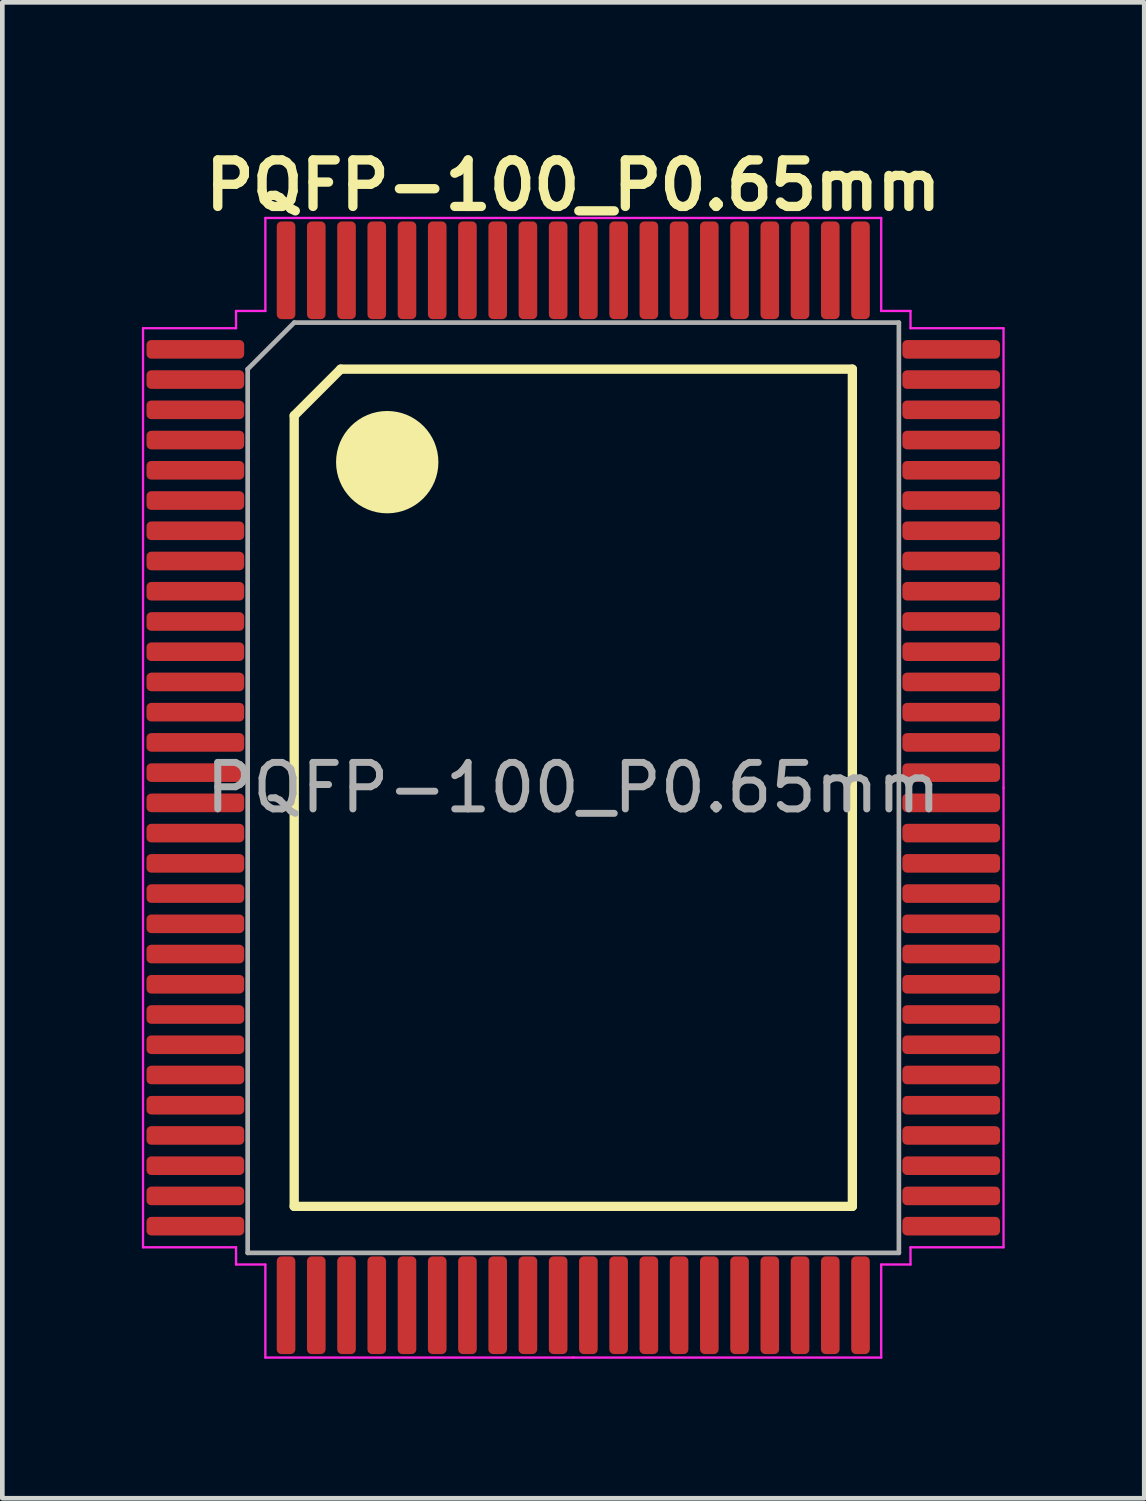
<source format=kicad_pcb>
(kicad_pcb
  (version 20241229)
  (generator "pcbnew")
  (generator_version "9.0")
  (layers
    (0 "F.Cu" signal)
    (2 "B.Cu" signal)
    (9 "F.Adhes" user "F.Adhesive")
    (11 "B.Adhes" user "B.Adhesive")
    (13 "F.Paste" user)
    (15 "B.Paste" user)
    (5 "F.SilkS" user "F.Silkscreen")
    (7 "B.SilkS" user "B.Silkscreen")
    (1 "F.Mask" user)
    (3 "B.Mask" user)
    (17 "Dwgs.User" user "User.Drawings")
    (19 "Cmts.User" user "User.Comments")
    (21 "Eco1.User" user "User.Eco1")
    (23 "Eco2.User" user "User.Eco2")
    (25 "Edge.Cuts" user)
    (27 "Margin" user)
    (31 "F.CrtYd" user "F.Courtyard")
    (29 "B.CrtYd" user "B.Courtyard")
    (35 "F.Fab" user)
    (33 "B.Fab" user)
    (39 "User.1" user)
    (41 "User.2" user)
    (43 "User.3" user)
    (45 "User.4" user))
  (footprint "PQFP-100_P0.65mm"
    (layer "F.Cu")
    (at 9.275 13.886)
    (property "Reference" "PQFP-100_P0.65mm" (at 0 -12.95 0) (layer "F.SilkS") (effects (font (size 1 1) (thickness 0.2) (bold yes))))
    (attr smd)
    (fp_line (start -6 -8) (end -5 -9) (stroke (width 0.2) (type default)) (layer "F.SilkS"))
    (fp_line (start -6 9) (end -6 -8) (stroke (width 0.2) (type default)) (layer "F.SilkS"))
    (fp_line (start -5 -9) (end 6 -9) (stroke (width 0.2) (type default)) (layer "F.SilkS"))
    (fp_line (start 6 -9) (end 6 9) (stroke (width 0.2) (type default)) (layer "F.SilkS"))
    (fp_line (start 6 9) (end -6 9) (stroke (width 0.2) (type default)) (layer "F.SilkS"))
    (fp_circle (center -4 -7) (end -3 -7) (stroke (width 0.2) (type solid)) (fill yes) (layer "F.SilkS"))
    (fp_line (start -9.25 -9.88) (end -9.25 0) (stroke (width 0.05) (type solid)) (layer "F.CrtYd"))
    (fp_line (start -9.25 9.88) (end -9.25 0) (stroke (width 0.05) (type solid)) (layer "F.CrtYd"))
    (fp_line (start -7.25 -10.25) (end -7.25 -9.88) (stroke (width 0.05) (type solid)) (layer "F.CrtYd"))
    (fp_line (start -7.25 -9.88) (end -9.25 -9.88) (stroke (width 0.05) (type solid)) (layer "F.CrtYd"))
    (fp_line (start -7.25 9.88) (end -9.25 9.88) (stroke (width 0.05) (type solid)) (layer "F.CrtYd"))
    (fp_line (start -7.25 10.25) (end -7.25 9.88) (stroke (width 0.05) (type solid)) (layer "F.CrtYd"))
    (fp_line (start -6.62 -12.25) (end -6.62 -10.25) (stroke (width 0.05) (type solid)) (layer "F.CrtYd"))
    (fp_line (start -6.62 -10.25) (end -7.25 -10.25) (stroke (width 0.05) (type solid)) (layer "F.CrtYd"))
    (fp_line (start -6.62 10.25) (end -7.25 10.25) (stroke (width 0.05) (type solid)) (layer "F.CrtYd"))
    (fp_line (start -6.62 12.25) (end -6.62 10.25) (stroke (width 0.05) (type solid)) (layer "F.CrtYd"))
    (fp_line (start 0 -12.25) (end -6.62 -12.25) (stroke (width 0.05) (type solid)) (layer "F.CrtYd"))
    (fp_line (start 0 -12.25) (end 6.62 -12.25) (stroke (width 0.05) (type solid)) (layer "F.CrtYd"))
    (fp_line (start 0 12.25) (end -6.62 12.25) (stroke (width 0.05) (type solid)) (layer "F.CrtYd"))
    (fp_line (start 0 12.25) (end 6.62 12.25) (stroke (width 0.05) (type solid)) (layer "F.CrtYd"))
    (fp_line (start 6.62 -12.25) (end 6.62 -10.25) (stroke (width 0.05) (type solid)) (layer "F.CrtYd"))
    (fp_line (start 6.62 -10.25) (end 7.25 -10.25) (stroke (width 0.05) (type solid)) (layer "F.CrtYd"))
    (fp_line (start 6.62 10.25) (end 7.25 10.25) (stroke (width 0.05) (type solid)) (layer "F.CrtYd"))
    (fp_line (start 6.62 12.25) (end 6.62 10.25) (stroke (width 0.05) (type solid)) (layer "F.CrtYd"))
    (fp_line (start 7.25 -10.25) (end 7.25 -9.88) (stroke (width 0.05) (type solid)) (layer "F.CrtYd"))
    (fp_line (start 7.25 -9.88) (end 9.25 -9.88) (stroke (width 0.05) (type solid)) (layer "F.CrtYd"))
    (fp_line (start 7.25 9.88) (end 9.25 9.88) (stroke (width 0.05) (type solid)) (layer "F.CrtYd"))
    (fp_line (start 7.25 10.25) (end 7.25 9.88) (stroke (width 0.05) (type solid)) (layer "F.CrtYd"))
    (fp_line (start 9.25 -9.88) (end 9.25 0) (stroke (width 0.05) (type solid)) (layer "F.CrtYd"))
    (fp_line (start 9.25 9.88) (end 9.25 0) (stroke (width 0.05) (type solid)) (layer "F.CrtYd"))
    (fp_line (start -7 -9) (end -6 -10) (stroke (width 0.1) (type solid)) (layer "F.Fab"))
    (fp_line (start -7 10) (end -7 -9) (stroke (width 0.1) (type solid)) (layer "F.Fab"))
    (fp_line (start -6 -10) (end 7 -10) (stroke (width 0.1) (type solid)) (layer "F.Fab"))
    (fp_line (start 7 -10) (end 7 10) (stroke (width 0.1) (type solid)) (layer "F.Fab"))
    (fp_line (start 7 10) (end -7 10) (stroke (width 0.1) (type solid)) (layer "F.Fab"))
    (fp_text user "${REFERENCE}" (at 0 0 0) (layer "F.Fab") (effects (font (size 1 1) (thickness 0.15))))
    (pad "1" smd roundrect (at -8.125 -9.425) (size 2.1 0.4) (layers "F.Cu" "F.Mask" "F.Paste") (roundrect_rratio 0.25))
    (pad "2" smd roundrect (at -8.125 -8.775) (size 2.1 0.4) (layers "F.Cu" "F.Mask" "F.Paste") (roundrect_rratio 0.25))
    (pad "3" smd roundrect (at -8.125 -8.125) (size 2.1 0.4) (layers "F.Cu" "F.Mask" "F.Paste") (roundrect_rratio 0.25))
    (pad "4" smd roundrect (at -8.125 -7.475) (size 2.1 0.4) (layers "F.Cu" "F.Mask" "F.Paste") (roundrect_rratio 0.25))
    (pad "5" smd roundrect (at -8.125 -6.825) (size 2.1 0.4) (layers "F.Cu" "F.Mask" "F.Paste") (roundrect_rratio 0.25))
    (pad "6" smd roundrect (at -8.125 -6.175) (size 2.1 0.4) (layers "F.Cu" "F.Mask" "F.Paste") (roundrect_rratio 0.25))
    (pad "7" smd roundrect (at -8.125 -5.525) (size 2.1 0.4) (layers "F.Cu" "F.Mask" "F.Paste") (roundrect_rratio 0.25))
    (pad "8" smd roundrect (at -8.125 -4.875) (size 2.1 0.4) (layers "F.Cu" "F.Mask" "F.Paste") (roundrect_rratio 0.25))
    (pad "9" smd roundrect (at -8.125 -4.225) (size 2.1 0.4) (layers "F.Cu" "F.Mask" "F.Paste") (roundrect_rratio 0.25))
    (pad "10" smd roundrect (at -8.125 -3.575) (size 2.1 0.4) (layers "F.Cu" "F.Mask" "F.Paste") (roundrect_rratio 0.25))
    (pad "11" smd roundrect (at -8.125 -2.925) (size 2.1 0.4) (layers "F.Cu" "F.Mask" "F.Paste") (roundrect_rratio 0.25))
    (pad "12" smd roundrect (at -8.125 -2.275) (size 2.1 0.4) (layers "F.Cu" "F.Mask" "F.Paste") (roundrect_rratio 0.25))
    (pad "13" smd roundrect (at -8.125 -1.625) (size 2.1 0.4) (layers "F.Cu" "F.Mask" "F.Paste") (roundrect_rratio 0.25))
    (pad "14" smd roundrect (at -8.125 -0.975) (size 2.1 0.4) (layers "F.Cu" "F.Mask" "F.Paste") (roundrect_rratio 0.25))
    (pad "15" smd roundrect (at -8.125 -0.325) (size 2.1 0.4) (layers "F.Cu" "F.Mask" "F.Paste") (roundrect_rratio 0.25))
    (pad "16" smd roundrect (at -8.125 0.325) (size 2.1 0.4) (layers "F.Cu" "F.Mask" "F.Paste") (roundrect_rratio 0.25))
    (pad "17" smd roundrect (at -8.125 0.975) (size 2.1 0.4) (layers "F.Cu" "F.Mask" "F.Paste") (roundrect_rratio 0.25))
    (pad "18" smd roundrect (at -8.125 1.625) (size 2.1 0.4) (layers "F.Cu" "F.Mask" "F.Paste") (roundrect_rratio 0.25))
    (pad "19" smd roundrect (at -8.125 2.275) (size 2.1 0.4) (layers "F.Cu" "F.Mask" "F.Paste") (roundrect_rratio 0.25))
    (pad "20" smd roundrect (at -8.125 2.925) (size 2.1 0.4) (layers "F.Cu" "F.Mask" "F.Paste") (roundrect_rratio 0.25))
    (pad "21" smd roundrect (at -8.125 3.575) (size 2.1 0.4) (layers "F.Cu" "F.Mask" "F.Paste") (roundrect_rratio 0.25))
    (pad "22" smd roundrect (at -8.125 4.225) (size 2.1 0.4) (layers "F.Cu" "F.Mask" "F.Paste") (roundrect_rratio 0.25))
    (pad "23" smd roundrect (at -8.125 4.875) (size 2.1 0.4) (layers "F.Cu" "F.Mask" "F.Paste") (roundrect_rratio 0.25))
    (pad "24" smd roundrect (at -8.125 5.525) (size 2.1 0.4) (layers "F.Cu" "F.Mask" "F.Paste") (roundrect_rratio 0.25))
    (pad "25" smd roundrect (at -8.125 6.175) (size 2.1 0.4) (layers "F.Cu" "F.Mask" "F.Paste") (roundrect_rratio 0.25))
    (pad "26" smd roundrect (at -8.125 6.825) (size 2.1 0.4) (layers "F.Cu" "F.Mask" "F.Paste") (roundrect_rratio 0.25))
    (pad "27" smd roundrect (at -8.125 7.475) (size 2.1 0.4) (layers "F.Cu" "F.Mask" "F.Paste") (roundrect_rratio 0.25))
    (pad "28" smd roundrect (at -8.125 8.125) (size 2.1 0.4) (layers "F.Cu" "F.Mask" "F.Paste") (roundrect_rratio 0.25))
    (pad "29" smd roundrect (at -8.125 8.775) (size 2.1 0.4) (layers "F.Cu" "F.Mask" "F.Paste") (roundrect_rratio 0.25))
    (pad "30" smd roundrect (at -8.125 9.425) (size 2.1 0.4) (layers "F.Cu" "F.Mask" "F.Paste") (roundrect_rratio 0.25))
    (pad "31" smd roundrect (at -6.175 11.125) (size 0.4 2.1) (layers "F.Cu" "F.Mask" "F.Paste") (roundrect_rratio 0.25))
    (pad "32" smd roundrect (at -5.525 11.125) (size 0.4 2.1) (layers "F.Cu" "F.Mask" "F.Paste") (roundrect_rratio 0.25))
    (pad "33" smd roundrect (at -4.875 11.125) (size 0.4 2.1) (layers "F.Cu" "F.Mask" "F.Paste") (roundrect_rratio 0.25))
    (pad "34" smd roundrect (at -4.225 11.125) (size 0.4 2.1) (layers "F.Cu" "F.Mask" "F.Paste") (roundrect_rratio 0.25))
    (pad "35" smd roundrect (at -3.575 11.125) (size 0.4 2.1) (layers "F.Cu" "F.Mask" "F.Paste") (roundrect_rratio 0.25))
    (pad "36" smd roundrect (at -2.925 11.125) (size 0.4 2.1) (layers "F.Cu" "F.Mask" "F.Paste") (roundrect_rratio 0.25))
    (pad "37" smd roundrect (at -2.275 11.125) (size 0.4 2.1) (layers "F.Cu" "F.Mask" "F.Paste") (roundrect_rratio 0.25))
    (pad "38" smd roundrect (at -1.625 11.125) (size 0.4 2.1) (layers "F.Cu" "F.Mask" "F.Paste") (roundrect_rratio 0.25))
    (pad "39" smd roundrect (at -0.975 11.125) (size 0.4 2.1) (layers "F.Cu" "F.Mask" "F.Paste") (roundrect_rratio 0.25))
    (pad "40" smd roundrect (at -0.325 11.125) (size 0.4 2.1) (layers "F.Cu" "F.Mask" "F.Paste") (roundrect_rratio 0.25))
    (pad "41" smd roundrect (at 0.325 11.125) (size 0.4 2.1) (layers "F.Cu" "F.Mask" "F.Paste") (roundrect_rratio 0.25))
    (pad "42" smd roundrect (at 0.975 11.125) (size 0.4 2.1) (layers "F.Cu" "F.Mask" "F.Paste") (roundrect_rratio 0.25))
    (pad "43" smd roundrect (at 1.625 11.125) (size 0.4 2.1) (layers "F.Cu" "F.Mask" "F.Paste") (roundrect_rratio 0.25))
    (pad "44" smd roundrect (at 2.275 11.125) (size 0.4 2.1) (layers "F.Cu" "F.Mask" "F.Paste") (roundrect_rratio 0.25))
    (pad "45" smd roundrect (at 2.925 11.125) (size 0.4 2.1) (layers "F.Cu" "F.Mask" "F.Paste") (roundrect_rratio 0.25))
    (pad "46" smd roundrect (at 3.575 11.125) (size 0.4 2.1) (layers "F.Cu" "F.Mask" "F.Paste") (roundrect_rratio 0.25))
    (pad "47" smd roundrect (at 4.225 11.125) (size 0.4 2.1) (layers "F.Cu" "F.Mask" "F.Paste") (roundrect_rratio 0.25))
    (pad "48" smd roundrect (at 4.875 11.125) (size 0.4 2.1) (layers "F.Cu" "F.Mask" "F.Paste") (roundrect_rratio 0.25))
    (pad "49" smd roundrect (at 5.525 11.125) (size 0.4 2.1) (layers "F.Cu" "F.Mask" "F.Paste") (roundrect_rratio 0.25))
    (pad "50" smd roundrect (at 6.175 11.125) (size 0.4 2.1) (layers "F.Cu" "F.Mask" "F.Paste") (roundrect_rratio 0.25))
    (pad "51" smd roundrect (at 8.125 9.425) (size 2.1 0.4) (layers "F.Cu" "F.Mask" "F.Paste") (roundrect_rratio 0.25))
    (pad "52" smd roundrect (at 8.125 8.775) (size 2.1 0.4) (layers "F.Cu" "F.Mask" "F.Paste") (roundrect_rratio 0.25))
    (pad "53" smd roundrect (at 8.125 8.125) (size 2.1 0.4) (layers "F.Cu" "F.Mask" "F.Paste") (roundrect_rratio 0.25))
    (pad "54" smd roundrect (at 8.125 7.475) (size 2.1 0.4) (layers "F.Cu" "F.Mask" "F.Paste") (roundrect_rratio 0.25))
    (pad "55" smd roundrect (at 8.125 6.825) (size 2.1 0.4) (layers "F.Cu" "F.Mask" "F.Paste") (roundrect_rratio 0.25))
    (pad "56" smd roundrect (at 8.125 6.175) (size 2.1 0.4) (layers "F.Cu" "F.Mask" "F.Paste") (roundrect_rratio 0.25))
    (pad "57" smd roundrect (at 8.125 5.525) (size 2.1 0.4) (layers "F.Cu" "F.Mask" "F.Paste") (roundrect_rratio 0.25))
    (pad "58" smd roundrect (at 8.125 4.875) (size 2.1 0.4) (layers "F.Cu" "F.Mask" "F.Paste") (roundrect_rratio 0.25))
    (pad "59" smd roundrect (at 8.125 4.225) (size 2.1 0.4) (layers "F.Cu" "F.Mask" "F.Paste") (roundrect_rratio 0.25))
    (pad "60" smd roundrect (at 8.125 3.575) (size 2.1 0.4) (layers "F.Cu" "F.Mask" "F.Paste") (roundrect_rratio 0.25))
    (pad "61" smd roundrect (at 8.125 2.925) (size 2.1 0.4) (layers "F.Cu" "F.Mask" "F.Paste") (roundrect_rratio 0.25))
    (pad "62" smd roundrect (at 8.125 2.275) (size 2.1 0.4) (layers "F.Cu" "F.Mask" "F.Paste") (roundrect_rratio 0.25))
    (pad "63" smd roundrect (at 8.125 1.625) (size 2.1 0.4) (layers "F.Cu" "F.Mask" "F.Paste") (roundrect_rratio 0.25))
    (pad "64" smd roundrect (at 8.125 0.975) (size 2.1 0.4) (layers "F.Cu" "F.Mask" "F.Paste") (roundrect_rratio 0.25))
    (pad "65" smd roundrect (at 8.125 0.325) (size 2.1 0.4) (layers "F.Cu" "F.Mask" "F.Paste") (roundrect_rratio 0.25))
    (pad "66" smd roundrect (at 8.125 -0.325) (size 2.1 0.4) (layers "F.Cu" "F.Mask" "F.Paste") (roundrect_rratio 0.25))
    (pad "67" smd roundrect (at 8.125 -0.975) (size 2.1 0.4) (layers "F.Cu" "F.Mask" "F.Paste") (roundrect_rratio 0.25))
    (pad "68" smd roundrect (at 8.125 -1.625) (size 2.1 0.4) (layers "F.Cu" "F.Mask" "F.Paste") (roundrect_rratio 0.25))
    (pad "69" smd roundrect (at 8.125 -2.275) (size 2.1 0.4) (layers "F.Cu" "F.Mask" "F.Paste") (roundrect_rratio 0.25))
    (pad "70" smd roundrect (at 8.125 -2.925) (size 2.1 0.4) (layers "F.Cu" "F.Mask" "F.Paste") (roundrect_rratio 0.25))
    (pad "71" smd roundrect (at 8.125 -3.575) (size 2.1 0.4) (layers "F.Cu" "F.Mask" "F.Paste") (roundrect_rratio 0.25))
    (pad "72" smd roundrect (at 8.125 -4.225) (size 2.1 0.4) (layers "F.Cu" "F.Mask" "F.Paste") (roundrect_rratio 0.25))
    (pad "73" smd roundrect (at 8.125 -4.875) (size 2.1 0.4) (layers "F.Cu" "F.Mask" "F.Paste") (roundrect_rratio 0.25))
    (pad "74" smd roundrect (at 8.125 -5.525) (size 2.1 0.4) (layers "F.Cu" "F.Mask" "F.Paste") (roundrect_rratio 0.25))
    (pad "75" smd roundrect (at 8.125 -6.175) (size 2.1 0.4) (layers "F.Cu" "F.Mask" "F.Paste") (roundrect_rratio 0.25))
    (pad "76" smd roundrect (at 8.125 -6.825) (size 2.1 0.4) (layers "F.Cu" "F.Mask" "F.Paste") (roundrect_rratio 0.25))
    (pad "77" smd roundrect (at 8.125 -7.475) (size 2.1 0.4) (layers "F.Cu" "F.Mask" "F.Paste") (roundrect_rratio 0.25))
    (pad "78" smd roundrect (at 8.125 -8.125) (size 2.1 0.4) (layers "F.Cu" "F.Mask" "F.Paste") (roundrect_rratio 0.25))
    (pad "79" smd roundrect (at 8.125 -8.775) (size 2.1 0.4) (layers "F.Cu" "F.Mask" "F.Paste") (roundrect_rratio 0.25))
    (pad "80" smd roundrect (at 8.125 -9.425) (size 2.1 0.4) (layers "F.Cu" "F.Mask" "F.Paste") (roundrect_rratio 0.25))
    (pad "81" smd roundrect (at 6.175 -11.125) (size 0.4 2.1) (layers "F.Cu" "F.Mask" "F.Paste") (roundrect_rratio 0.25))
    (pad "82" smd roundrect (at 5.525 -11.125) (size 0.4 2.1) (layers "F.Cu" "F.Mask" "F.Paste") (roundrect_rratio 0.25))
    (pad "83" smd roundrect (at 4.875 -11.125) (size 0.4 2.1) (layers "F.Cu" "F.Mask" "F.Paste") (roundrect_rratio 0.25))
    (pad "84" smd roundrect (at 4.225 -11.125) (size 0.4 2.1) (layers "F.Cu" "F.Mask" "F.Paste") (roundrect_rratio 0.25))
    (pad "85" smd roundrect (at 3.575 -11.125) (size 0.4 2.1) (layers "F.Cu" "F.Mask" "F.Paste") (roundrect_rratio 0.25))
    (pad "86" smd roundrect (at 2.925 -11.125) (size 0.4 2.1) (layers "F.Cu" "F.Mask" "F.Paste") (roundrect_rratio 0.25))
    (pad "87" smd roundrect (at 2.275 -11.125) (size 0.4 2.1) (layers "F.Cu" "F.Mask" "F.Paste") (roundrect_rratio 0.25))
    (pad "88" smd roundrect (at 1.625 -11.125) (size 0.4 2.1) (layers "F.Cu" "F.Mask" "F.Paste") (roundrect_rratio 0.25))
    (pad "89" smd roundrect (at 0.975 -11.125) (size 0.4 2.1) (layers "F.Cu" "F.Mask" "F.Paste") (roundrect_rratio 0.25))
    (pad "90" smd roundrect (at 0.325 -11.125) (size 0.4 2.1) (layers "F.Cu" "F.Mask" "F.Paste") (roundrect_rratio 0.25))
    (pad "91" smd roundrect (at -0.325 -11.125) (size 0.4 2.1) (layers "F.Cu" "F.Mask" "F.Paste") (roundrect_rratio 0.25))
    (pad "92" smd roundrect (at -0.975 -11.125) (size 0.4 2.1) (layers "F.Cu" "F.Mask" "F.Paste") (roundrect_rratio 0.25))
    (pad "93" smd roundrect (at -1.625 -11.125) (size 0.4 2.1) (layers "F.Cu" "F.Mask" "F.Paste") (roundrect_rratio 0.25))
    (pad "94" smd roundrect (at -2.275 -11.125) (size 0.4 2.1) (layers "F.Cu" "F.Mask" "F.Paste") (roundrect_rratio 0.25))
    (pad "95" smd roundrect (at -2.925 -11.125) (size 0.4 2.1) (layers "F.Cu" "F.Mask" "F.Paste") (roundrect_rratio 0.25))
    (pad "96" smd roundrect (at -3.575 -11.125) (size 0.4 2.1) (layers "F.Cu" "F.Mask" "F.Paste") (roundrect_rratio 0.25))
    (pad "97" smd roundrect (at -4.225 -11.125) (size 0.4 2.1) (layers "F.Cu" "F.Mask" "F.Paste") (roundrect_rratio 0.25))
    (pad "98" smd roundrect (at -4.875 -11.125) (size 0.4 2.1) (layers "F.Cu" "F.Mask" "F.Paste") (roundrect_rratio 0.25))
    (pad "99" smd roundrect (at -5.525 -11.125) (size 0.4 2.1) (layers "F.Cu" "F.Mask" "F.Paste") (roundrect_rratio 0.25))
    (pad "100" smd roundrect (at -6.175 -11.125) (size 0.4 2.1) (layers "F.Cu" "F.Mask" "F.Paste") (roundrect_rratio 0.25)))
  (gr_rect
    (start -3 -3)
    (end 21.55 29.161)
    (stroke (width 0.1) (type default))
    (fill no)
    (layer "Edge.Cuts")))
</source>
